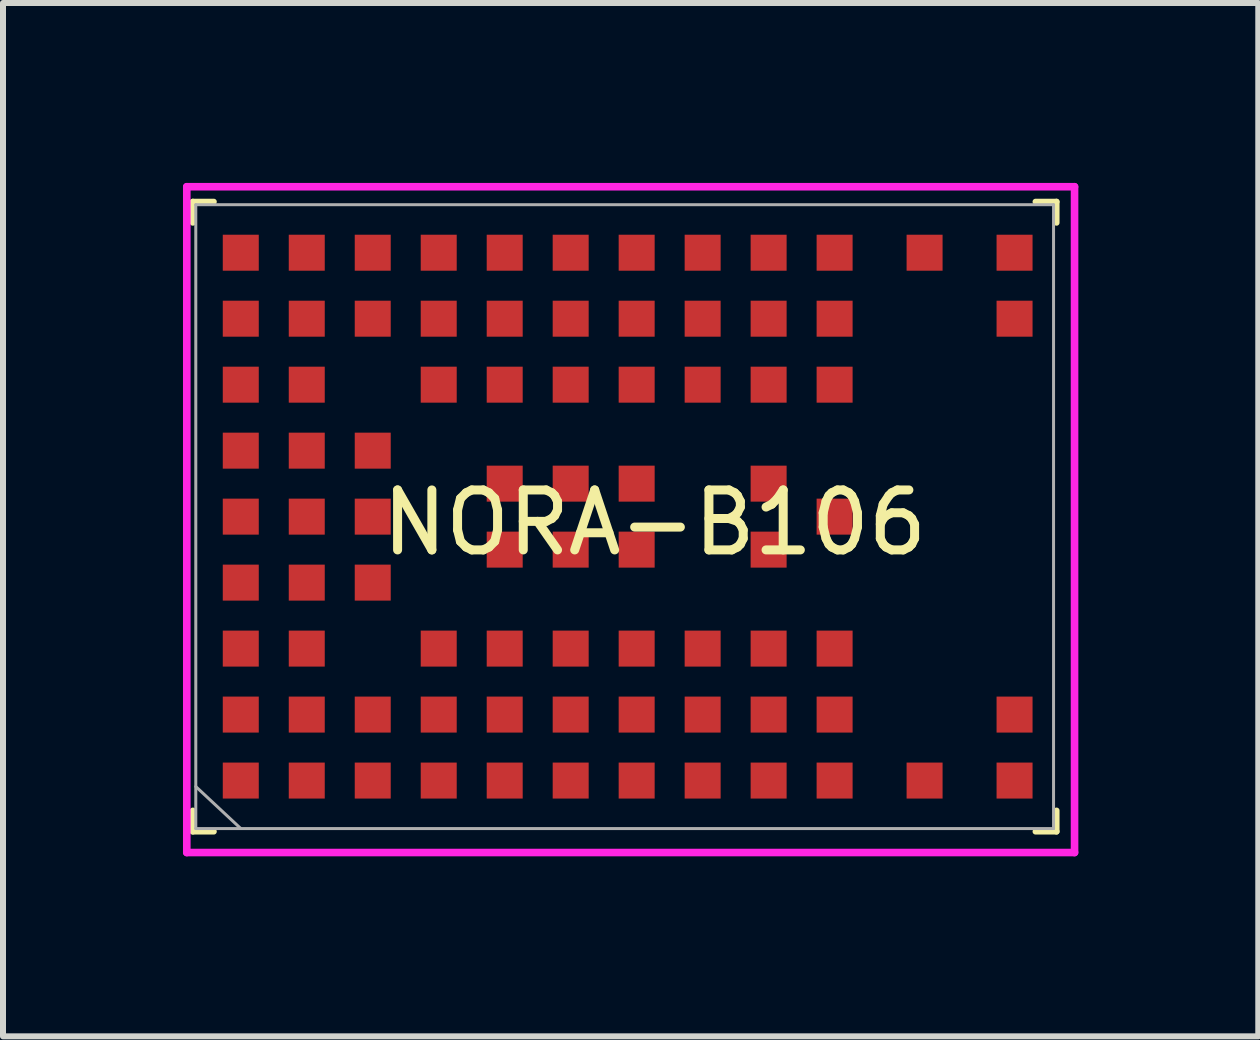
<source format=kicad_pcb>
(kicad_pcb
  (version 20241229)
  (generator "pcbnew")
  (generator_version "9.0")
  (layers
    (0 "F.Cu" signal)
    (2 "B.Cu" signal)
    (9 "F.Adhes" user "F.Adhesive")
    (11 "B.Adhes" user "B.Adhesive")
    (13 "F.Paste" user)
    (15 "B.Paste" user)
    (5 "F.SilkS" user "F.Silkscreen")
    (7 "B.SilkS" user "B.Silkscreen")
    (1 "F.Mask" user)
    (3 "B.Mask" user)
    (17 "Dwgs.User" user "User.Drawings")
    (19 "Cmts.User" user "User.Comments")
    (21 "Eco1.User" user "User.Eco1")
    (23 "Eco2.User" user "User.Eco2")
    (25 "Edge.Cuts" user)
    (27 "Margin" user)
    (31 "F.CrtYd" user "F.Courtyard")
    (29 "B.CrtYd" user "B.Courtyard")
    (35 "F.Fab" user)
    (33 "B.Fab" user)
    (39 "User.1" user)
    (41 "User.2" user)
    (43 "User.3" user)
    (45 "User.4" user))
  (footprint "NORA-B106"
    (layer "F.Cu")
    (at 7.864 5.663)
    (property "Reference" "NORA-B106" (at 0 0 0) (unlocked yes) (layer "F.SilkS") (effects (font (size 1 1) (thickness 0.15))))
    (attr smd)
    (fp_line (start -7.7 -5.35) (end -7.7 -5) (stroke (width 0.1) (type default)) (layer "F.SilkS"))
    (fp_line (start -7.7 -5.35) (end -7.35 -5.35) (stroke (width 0.1) (type default)) (layer "F.SilkS"))
    (fp_line (start -7.7 5.15) (end -7.7 4.8) (stroke (width 0.1) (type default)) (layer "F.SilkS"))
    (fp_line (start -7.7 5.15) (end -7.35 5.15) (stroke (width 0.1) (type default)) (layer "F.SilkS"))
    (fp_line (start 6.7 -5.35) (end 6.35 -5.35) (stroke (width 0.1) (type default)) (layer "F.SilkS"))
    (fp_line (start 6.7 -5.35) (end 6.7 -5) (stroke (width 0.1) (type default)) (layer "F.SilkS"))
    (fp_line (start 6.7 5.15) (end 6.35 5.15) (stroke (width 0.1) (type default)) (layer "F.SilkS"))
    (fp_line (start 6.7 5.15) (end 6.7 4.8) (stroke (width 0.1) (type default)) (layer "F.SilkS"))
    (fp_line (start -7.8 -5.6) (end -7.8 5.5) (stroke (width 0.127) (type solid)) (layer "F.CrtYd"))
    (fp_line (start -7.8 -5.6) (end 7 -5.6) (stroke (width 0.127) (type solid)) (layer "F.CrtYd"))
    (fp_line (start -7.8 5.5) (end 7 5.5) (stroke (width 0.127) (type solid)) (layer "F.CrtYd"))
    (fp_line (start 7 -5.6) (end 7 5.5) (stroke (width 0.127) (type solid)) (layer "F.CrtYd"))
    (fp_line (start -7.65 -5.3) (end -7.65 5.1) (stroke (width 0.05) (type solid)) (layer "F.Fab"))
    (fp_line (start -7.65 -5.3) (end 6.65 -5.3) (stroke (width 0.05) (type solid)) (layer "F.Fab"))
    (fp_line (start -7.65 4.4) (end -6.9 5.1) (stroke (width 0.05) (type solid)) (layer "F.Fab"))
    (fp_line (start -7.65 5.1) (end 6.65 5.1) (stroke (width 0.05) (type solid)) (layer "F.Fab"))
    (fp_line (start 6.65 -5.3) (end 6.65 5.1) (stroke (width 0.05) (type solid)) (layer "F.Fab"))
    (pad "A1" smd rect (at -6.9 4.3 90) (size 0.6 0.6) (layers "F.Cu" "F.Mask" "F.Paste"))
    (pad "A2" smd rect (at -6.9 3.2 90) (size 0.6 0.6) (layers "F.Cu" "F.Mask" "F.Paste"))
    (pad "A3" smd rect (at -6.9 2.1 90) (size 0.6 0.6) (layers "F.Cu" "F.Mask" "F.Paste"))
    (pad "A4" smd rect (at -6.9 1 90) (size 0.6 0.6) (layers "F.Cu" "F.Mask" "F.Paste"))
    (pad "A5" smd rect (at -6.9 -0.1 90) (size 0.6 0.6) (layers "F.Cu" "F.Mask" "F.Paste"))
    (pad "A6" smd rect (at -6.9 -1.2 90) (size 0.6 0.6) (layers "F.Cu" "F.Mask" "F.Paste"))
    (pad "A7" smd rect (at -6.9 -2.3 90) (size 0.6 0.6) (layers "F.Cu" "F.Mask" "F.Paste"))
    (pad "A8" smd rect (at -6.9 -3.4 90) (size 0.6 0.6) (layers "F.Cu" "F.Mask" "F.Paste"))
    (pad "A9" smd rect (at -6.9 -4.5 90) (size 0.6 0.6) (layers "F.Cu" "F.Mask" "F.Paste"))
    (pad "B1" smd rect (at -5.8 4.3 90) (size 0.6 0.6) (layers "F.Cu" "F.Mask" "F.Paste"))
    (pad "B2" smd rect (at -5.8 3.2 90) (size 0.6 0.6) (layers "F.Cu" "F.Mask" "F.Paste"))
    (pad "B3" smd rect (at -5.8 2.1 90) (size 0.6 0.6) (layers "F.Cu" "F.Mask" "F.Paste"))
    (pad "B4" smd rect (at -5.8 1 90) (size 0.6 0.6) (layers "F.Cu" "F.Mask" "F.Paste"))
    (pad "B5" smd rect (at -5.8 -0.1 90) (size 0.6 0.6) (layers "F.Cu" "F.Mask" "F.Paste"))
    (pad "B6" smd rect (at -5.8 -1.2 90) (size 0.6 0.6) (layers "F.Cu" "F.Mask" "F.Paste"))
    (pad "B7" smd rect (at -5.8 -2.3 90) (size 0.6 0.6) (layers "F.Cu" "F.Mask" "F.Paste"))
    (pad "B8" smd rect (at -5.8 -3.4 90) (size 0.6 0.6) (layers "F.Cu" "F.Mask" "F.Paste"))
    (pad "B9" smd rect (at -5.8 -4.5 90) (size 0.6 0.6) (layers "F.Cu" "F.Mask" "F.Paste"))
    (pad "C1" smd rect (at -4.7 4.3 90) (size 0.6 0.6) (layers "F.Cu" "F.Mask" "F.Paste"))
    (pad "C2" smd rect (at -4.7 3.2 90) (size 0.6 0.6) (layers "F.Cu" "F.Mask" "F.Paste"))
    (pad "C4" smd rect (at -4.7 1 90) (size 0.6 0.6) (layers "F.Cu" "F.Mask" "F.Paste"))
    (pad "C5" smd rect (at -4.7 -0.1 90) (size 0.6 0.6) (layers "F.Cu" "F.Mask" "F.Paste"))
    (pad "C6" smd rect (at -4.7 -1.2 90) (size 0.6 0.6) (layers "F.Cu" "F.Mask" "F.Paste"))
    (pad "C8" smd rect (at -4.7 -3.4 90) (size 0.6 0.6) (layers "F.Cu" "F.Mask" "F.Paste"))
    (pad "C9" smd rect (at -4.7 -4.5 90) (size 0.6 0.6) (layers "F.Cu" "F.Mask" "F.Paste"))
    (pad "D1" smd rect (at -3.6 4.3 90) (size 0.6 0.6) (layers "F.Cu" "F.Mask" "F.Paste"))
    (pad "D2" smd rect (at -3.6 3.2 90) (size 0.6 0.6) (layers "F.Cu" "F.Mask" "F.Paste"))
    (pad "D3" smd rect (at -3.6 2.1 90) (size 0.6 0.6) (layers "F.Cu" "F.Mask" "F.Paste"))
    (pad "D7" smd rect (at -3.6 -2.3 90) (size 0.6 0.6) (layers "F.Cu" "F.Mask" "F.Paste"))
    (pad "D8" smd rect (at -3.6 -3.4 90) (size 0.6 0.6) (layers "F.Cu" "F.Mask" "F.Paste"))
    (pad "D9" smd rect (at -3.6 -4.5 90) (size 0.6 0.6) (layers "F.Cu" "F.Mask" "F.Paste"))
    (pad "E1" smd rect (at -2.5 4.3 90) (size 0.6 0.6) (layers "F.Cu" "F.Mask" "F.Paste"))
    (pad "E2" smd rect (at -2.5 3.2 90) (size 0.6 0.6) (layers "F.Cu" "F.Mask" "F.Paste"))
    (pad "E3" smd rect (at -2.5 2.1 90) (size 0.6 0.6) (layers "F.Cu" "F.Mask" "F.Paste"))
    (pad "E4" smd rect (at -2.5 0.45 90) (size 0.6 0.6) (layers "F.Cu" "F.Mask" "F.Paste"))
    (pad "E5" smd rect (at -2.5 -0.65 90) (size 0.6 0.6) (layers "F.Cu" "F.Mask" "F.Paste"))
    (pad "E7" smd rect (at -2.5 -2.3 90) (size 0.6 0.6) (layers "F.Cu" "F.Mask" "F.Paste"))
    (pad "E8" smd rect (at -2.5 -3.4 90) (size 0.6 0.6) (layers "F.Cu" "F.Mask" "F.Paste"))
    (pad "E9" smd rect (at -2.5 -4.5 90) (size 0.6 0.6) (layers "F.Cu" "F.Mask" "F.Paste"))
    (pad "F1" smd rect (at -1.4 4.3 90) (size 0.6 0.6) (layers "F.Cu" "F.Mask" "F.Paste"))
    (pad "F2" smd rect (at -1.4 3.2 90) (size 0.6 0.6) (layers "F.Cu" "F.Mask" "F.Paste"))
    (pad "F3" smd rect (at -1.4 2.1 90) (size 0.6 0.6) (layers "F.Cu" "F.Mask" "F.Paste"))
    (pad "F4" smd rect (at -1.4 0.45 90) (size 0.6 0.6) (layers "F.Cu" "F.Mask" "F.Paste"))
    (pad "F5" smd rect (at -1.4 -0.65 90) (size 0.6 0.6) (layers "F.Cu" "F.Mask" "F.Paste"))
    (pad "F7" smd rect (at -1.4 -2.3 90) (size 0.6 0.6) (layers "F.Cu" "F.Mask" "F.Paste"))
    (pad "F8" smd rect (at -1.4 -3.4 90) (size 0.6 0.6) (layers "F.Cu" "F.Mask" "F.Paste"))
    (pad "F9" smd rect (at -1.4 -4.5 90) (size 0.6 0.6) (layers "F.Cu" "F.Mask" "F.Paste"))
    (pad "G1" smd rect (at -0.3 4.3 90) (size 0.6 0.6) (layers "F.Cu" "F.Mask" "F.Paste"))
    (pad "G2" smd rect (at -0.3 3.2 90) (size 0.6 0.6) (layers "F.Cu" "F.Mask" "F.Paste"))
    (pad "G3" smd rect (at -0.3 2.1 90) (size 0.6 0.6) (layers "F.Cu" "F.Mask" "F.Paste"))
    (pad "G4" smd rect (at -0.3 0.45 90) (size 0.6 0.6) (layers "F.Cu" "F.Mask" "F.Paste"))
    (pad "G5" smd rect (at -0.3 -0.65 90) (size 0.6 0.6) (layers "F.Cu" "F.Mask" "F.Paste"))
    (pad "G7" smd rect (at -0.3 -2.3 90) (size 0.6 0.6) (layers "F.Cu" "F.Mask" "F.Paste"))
    (pad "G8" smd rect (at -0.3 -3.4 90) (size 0.6 0.6) (layers "F.Cu" "F.Mask" "F.Paste"))
    (pad "G9" smd rect (at -0.3 -4.5 90) (size 0.6 0.6) (layers "F.Cu" "F.Mask" "F.Paste"))
    (pad "H1" smd rect (at 0.8 4.3 90) (size 0.6 0.6) (layers "F.Cu" "F.Mask" "F.Paste"))
    (pad "H2" smd rect (at 0.8 3.2 90) (size 0.6 0.6) (layers "F.Cu" "F.Mask" "F.Paste"))
    (pad "H3" smd rect (at 0.8 2.1 90) (size 0.6 0.6) (layers "F.Cu" "F.Mask" "F.Paste"))
    (pad "H7" smd rect (at 0.8 -2.3 90) (size 0.6 0.6) (layers "F.Cu" "F.Mask" "F.Paste"))
    (pad "H8" smd rect (at 0.8 -3.4 90) (size 0.6 0.6) (layers "F.Cu" "F.Mask" "F.Paste"))
    (pad "H9" smd rect (at 0.8 -4.5 90) (size 0.6 0.6) (layers "F.Cu" "F.Mask" "F.Paste"))
    (pad "J1" smd rect (at 1.9 4.3 90) (size 0.6 0.6) (layers "F.Cu" "F.Mask" "F.Paste"))
    (pad "J2" smd rect (at 1.9 3.2 90) (size 0.6 0.6) (layers "F.Cu" "F.Mask" "F.Paste"))
    (pad "J3" smd rect (at 1.9 2.1 90) (size 0.6 0.6) (layers "F.Cu" "F.Mask" "F.Paste"))
    (pad "J4" smd rect (at 1.9 0.45 90) (size 0.6 0.6) (layers "F.Cu" "F.Mask" "F.Paste"))
    (pad "J5" smd rect (at 1.9 -0.65 90) (size 0.6 0.6) (layers "F.Cu" "F.Mask" "F.Paste"))
    (pad "J7" smd rect (at 1.9 -2.3 90) (size 0.6 0.6) (layers "F.Cu" "F.Mask" "F.Paste"))
    (pad "J8" smd rect (at 1.9 -3.4 90) (size 0.6 0.6) (layers "F.Cu" "F.Mask" "F.Paste"))
    (pad "J9" smd rect (at 1.9 -4.5 90) (size 0.6 0.6) (layers "F.Cu" "F.Mask" "F.Paste"))
    (pad "K1" smd rect (at 3 4.3 90) (size 0.6 0.6) (layers "F.Cu" "F.Mask" "F.Paste"))
    (pad "K2" smd rect (at 3 3.2 90) (size 0.6 0.6) (layers "F.Cu" "F.Mask" "F.Paste"))
    (pad "K3" smd rect (at 3 2.1 90) (size 0.6 0.6) (layers "F.Cu" "F.Mask" "F.Paste"))
    (pad "K5" smd rect (at 3 -0.1 90) (size 0.6 0.6) (layers "F.Cu" "F.Mask" "F.Paste"))
    (pad "K7" smd rect (at 3 -2.3 90) (size 0.6 0.6) (layers "F.Cu" "F.Mask" "F.Paste"))
    (pad "K8" smd rect (at 3 -3.4 90) (size 0.6 0.6) (layers "F.Cu" "F.Mask" "F.Paste"))
    (pad "K9" smd rect (at 3 -4.5 90) (size 0.6 0.6) (layers "F.Cu" "F.Mask" "F.Paste"))
    (pad "L1" smd rect (at 4.5 4.3 90) (size 0.6 0.6) (layers "F.Cu" "F.Mask" "F.Paste"))
    (pad "L9" smd rect (at 4.5 -4.5 90) (size 0.6 0.6) (layers "F.Cu" "F.Mask" "F.Paste"))
    (pad "M1" smd rect (at 6 4.3 90) (size 0.6 0.6) (layers "F.Cu" "F.Mask" "F.Paste"))
    (pad "M2" smd rect (at 6 3.2 90) (size 0.6 0.6) (layers "F.Cu" "F.Mask" "F.Paste"))
    (pad "M8" smd rect (at 6 -3.4 90) (size 0.6 0.6) (layers "F.Cu" "F.Mask" "F.Paste"))
    (pad "M9" smd rect (at 6 -4.5 90) (size 0.6 0.6) (layers "F.Cu" "F.Mask" "F.Paste"))
    (zone (net_name "") (layers "F.Cu" "B.Cu") (name "ANTENNA") (hatch edge 0.5) (connect_pads) (min_thickness 0.25) (filled_areas_thickness no) (keepout (tracks not_allowed) (vias not_allowed) (pads not_allowed) (copperpour not_allowed) (footprints not_allowed)) (placement (enabled no)) (fill) (polygon (pts (xy 11.164 1.464) (xy 13.563 1.464) (xy 13.563 2.563) (xy 14.364 2.563) (xy 14.364 0.064) (xy 14.764 0.064) (xy 14.764 11.063) (xy 14.364 11.063) (xy 14.364 8.563) (xy 13.563 8.563) (xy 13.563 9.664) (xy 11.164 9.664)))))
  (gr_rect
    (start -3 -3)
    (end 17.927 14.227)
    (stroke (width 0.1) (type default))
    (fill no)
    (layer "Edge.Cuts")))
</source>
